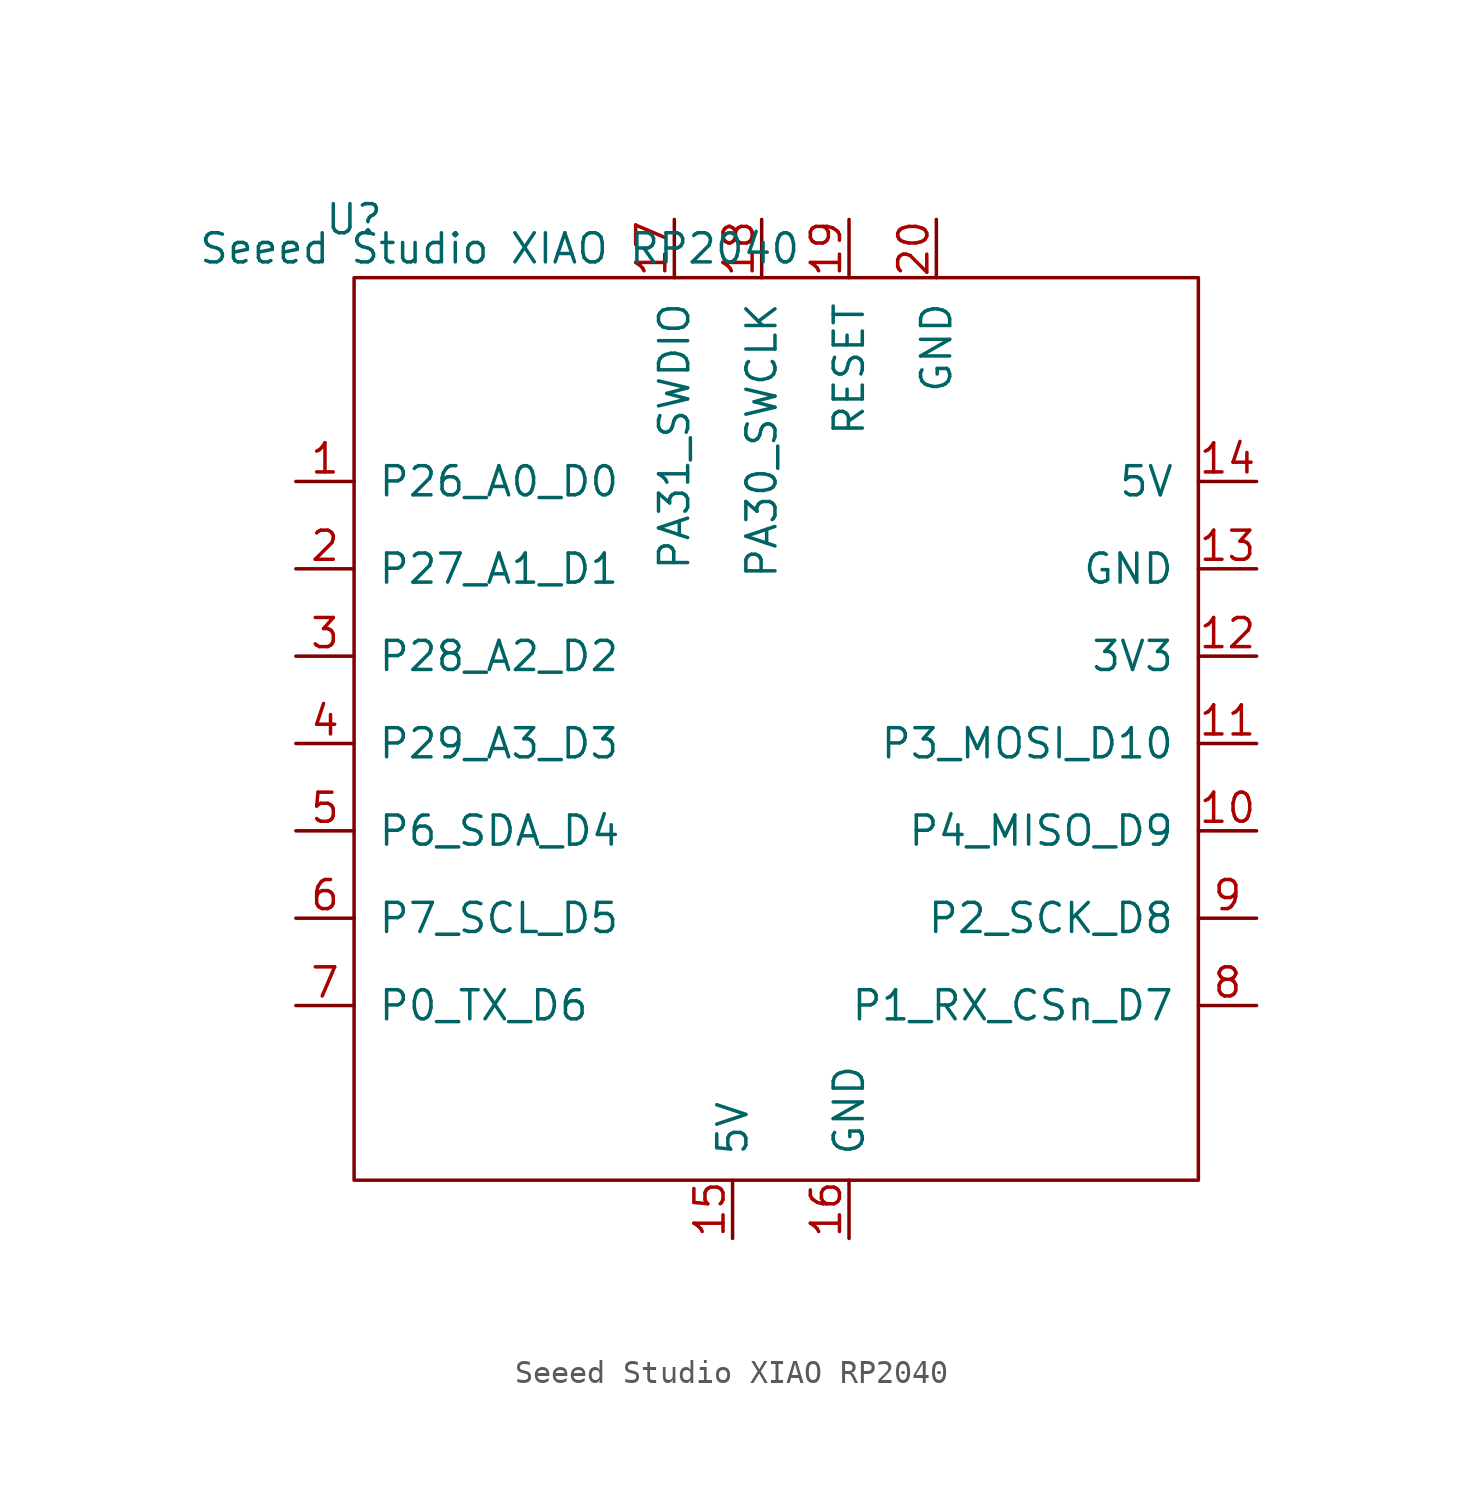
<source format=kicad_sym>
(kicad_symbol_lib
  (version 20231120)
  (generator "kicad_symbol_editor")
  (generator_version "8.0")
  (symbol "Seeed Studio XIAO RP2040"
    (pin_names
      (offset 1.016))
    (property "Reference" "U"
      (at -19.05 22.86 0)
      (effects (font (size 1.27 1.27))))
    (property "Value" "Seeed Studio XIAO RP2040"
      (at -12.7 21.59 0)
      (effects (font (size 1.27 1.27))))
    (symbol "Seeed Studio XIAO RP2040_0_1"
      (rectangle (start -19.05 20.32) (end 17.78 -19.05) (stroke (width 0) (type default)) (fill (type none))))
    (symbol "Seeed Studio XIAO RP2040_1_1"
      (pin unspecified line (at -21.59 11.43 0) (length 2.54) (name "P26_A0_D0" (effects (font (size 1.27 1.27)))) (number "1" (effects (font (size 1.27 1.27)))))
      (pin unspecified line (at 20.32 -3.81 180) (length 2.54) (name "P4_MISO_D9" (effects (font (size 1.27 1.27)))) (number "10" (effects (font (size 1.27 1.27)))))
      (pin unspecified line (at 20.32 0 180) (length 2.54) (name "P3_MOSI_D10" (effects (font (size 1.27 1.27)))) (number "11" (effects (font (size 1.27 1.27)))))
      (pin unspecified line (at 20.32 3.81 180) (length 2.54) (name "3V3" (effects (font (size 1.27 1.27)))) (number "12" (effects (font (size 1.27 1.27)))))
      (pin unspecified line (at 20.32 7.62 180) (length 2.54) (name "GND" (effects (font (size 1.27 1.27)))) (number "13" (effects (font (size 1.27 1.27)))))
      (pin unspecified line (at 20.32 11.43 180) (length 2.54) (name "5V" (effects (font (size 1.27 1.27)))) (number "14" (effects (font (size 1.27 1.27)))))
      (pin input line (at -2.54 -21.59 90) (length 2.54) (name "5V" (effects (font (size 1.27 1.27)))) (number "15" (effects (font (size 1.27 1.27)))))
      (pin input line (at 2.54 -21.59 90) (length 2.54) (name "GND" (effects (font (size 1.27 1.27)))) (number "16" (effects (font (size 1.27 1.27)))))
      (pin input line (at -5.08 22.86 270) (length 2.54) (name "PA31_SWDIO" (effects (font (size 1.27 1.27)))) (number "17" (effects (font (size 1.27 1.27)))))
      (pin input line (at -1.27 22.86 270) (length 2.54) (name "PA30_SWCLK" (effects (font (size 1.27 1.27)))) (number "18" (effects (font (size 1.27 1.27)))))
      (pin input line (at 2.54 22.86 270) (length 2.54) (name "RESET" (effects (font (size 1.27 1.27)))) (number "19" (effects (font (size 1.27 1.27)))))
      (pin unspecified line (at -21.59 7.62 0) (length 2.54) (name "P27_A1_D1" (effects (font (size 1.27 1.27)))) (number "2" (effects (font (size 1.27 1.27)))))
      (pin input line (at 6.35 22.86 270) (length 2.54) (name "GND" (effects (font (size 1.27 1.27)))) (number "20" (effects (font (size 1.27 1.27)))))
      (pin unspecified line (at -21.59 3.81 0) (length 2.54) (name "P28_A2_D2" (effects (font (size 1.27 1.27)))) (number "3" (effects (font (size 1.27 1.27)))))
      (pin unspecified line (at -21.59 0 0) (length 2.54) (name "P29_A3_D3" (effects (font (size 1.27 1.27)))) (number "4" (effects (font (size 1.27 1.27)))))
      (pin unspecified line (at -21.59 -3.81 0) (length 2.54) (name "P6_SDA_D4" (effects (font (size 1.27 1.27)))) (number "5" (effects (font (size 1.27 1.27)))))
      (pin unspecified line (at -21.59 -7.62 0) (length 2.54) (name "P7_SCL_D5" (effects (font (size 1.27 1.27)))) (number "6" (effects (font (size 1.27 1.27)))))
      (pin unspecified line (at -21.59 -11.43 0) (length 2.54) (name "P0_TX_D6" (effects (font (size 1.27 1.27)))) (number "7" (effects (font (size 1.27 1.27)))))
      (pin unspecified line (at 20.32 -11.43 180) (length 2.54) (name "P1_RX_CSn_D7" (effects (font (size 1.27 1.27)))) (number "8" (effects (font (size 1.27 1.27)))))
      (pin unspecified line (at 20.32 -7.62 180) (length 2.54) (name "P2_SCK_D8" (effects (font (size 1.27 1.27)))) (number "9" (effects (font (size 1.27 1.27))))))))
</source>
